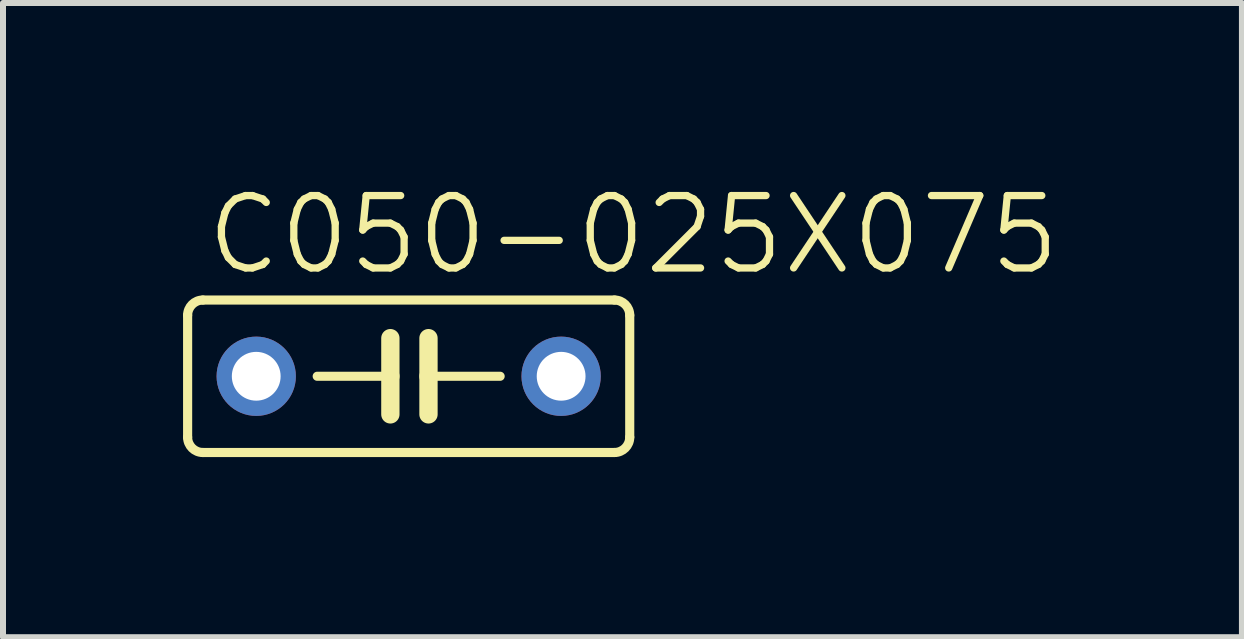
<source format=kicad_pcb>
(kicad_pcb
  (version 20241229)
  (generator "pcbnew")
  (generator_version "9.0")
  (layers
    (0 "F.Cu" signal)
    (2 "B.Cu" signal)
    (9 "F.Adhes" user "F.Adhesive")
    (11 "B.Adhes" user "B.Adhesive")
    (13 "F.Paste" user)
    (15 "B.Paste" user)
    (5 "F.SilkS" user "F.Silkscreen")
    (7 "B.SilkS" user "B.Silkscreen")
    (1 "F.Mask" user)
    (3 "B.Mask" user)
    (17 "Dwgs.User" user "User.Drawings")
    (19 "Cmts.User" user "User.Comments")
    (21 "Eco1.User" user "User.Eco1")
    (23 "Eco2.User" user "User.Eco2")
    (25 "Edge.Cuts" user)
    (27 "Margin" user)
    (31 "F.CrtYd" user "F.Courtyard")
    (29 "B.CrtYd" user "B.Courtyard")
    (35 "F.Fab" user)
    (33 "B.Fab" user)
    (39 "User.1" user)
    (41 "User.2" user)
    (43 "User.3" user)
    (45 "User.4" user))
  (footprint "C050-025X075"
    (layer "F.Cu")
    (at 3.759 3.219)
    (property "Reference" "C050-025X075" (at -3.429 -1.651 0) (layer "F.SilkS") (effects (font (size 1.206 1.206) (thickness 0.121)) (justify left bottom)))
    (attr through_hole)
    (fp_line (start -3.683 -1.016) (end -3.683 1.016) (stroke (width 0.152) (type solid)) (layer "F.SilkS"))
    (fp_line (start -3.429 1.27) (end 3.429 1.27) (stroke (width 0.152) (type solid)) (layer "F.SilkS"))
    (fp_line (start -0.305 -0.635) (end -0.305 0) (stroke (width 0.305) (type solid)) (layer "F.SilkS"))
    (fp_line (start -0.305 0) (end -1.524 0) (stroke (width 0.152) (type solid)) (layer "F.SilkS"))
    (fp_line (start -0.305 0) (end -0.305 0.635) (stroke (width 0.305) (type solid)) (layer "F.SilkS"))
    (fp_line (start 0.33 -0.635) (end 0.33 0) (stroke (width 0.305) (type solid)) (layer "F.SilkS"))
    (fp_line (start 0.33 0) (end 0.33 0.635) (stroke (width 0.305) (type solid)) (layer "F.SilkS"))
    (fp_line (start 0.33 0) (end 1.524 0) (stroke (width 0.152) (type solid)) (layer "F.SilkS"))
    (fp_line (start 3.429 -1.27) (end -3.429 -1.27) (stroke (width 0.152) (type solid)) (layer "F.SilkS"))
    (fp_line (start 3.683 1.016) (end 3.683 -1.016) (stroke (width 0.152) (type solid)) (layer "F.SilkS"))
    (fp_arc (start -3.683 -1.016) (mid -3.608605 -1.195605) (end -3.429 -1.27) (stroke (width 0.1524) (type solid)) (layer "F.SilkS"))
    (fp_arc (start -3.429 1.27) (mid -3.608605 1.195605) (end -3.683 1.016) (stroke (width 0.1524) (type solid)) (layer "F.SilkS"))
    (fp_arc (start 3.429 -1.27) (mid 3.608605 -1.195605) (end 3.683 -1.016) (stroke (width 0.1524) (type solid)) (layer "F.SilkS"))
    (fp_arc (start 3.683 1.016) (mid 3.608605 1.195605) (end 3.429 1.27) (stroke (width 0.1524) (type solid)) (layer "F.SilkS"))
    (pad "1" thru_hole circle (at -2.54 0) (size 1.321 1.321) (drill 0.813) (layers "*.Cu" "*.Mask"))
    (pad "2" thru_hole circle (at 2.54 0) (size 1.321 1.321) (drill 0.813) (layers "*.Cu" "*.Mask")))
  (gr_rect
    (start -3 -3)
    (end 17.642 7.566)
    (stroke (width 0.1) (type default))
    (fill no)
    (layer "Edge.Cuts")))
</source>
